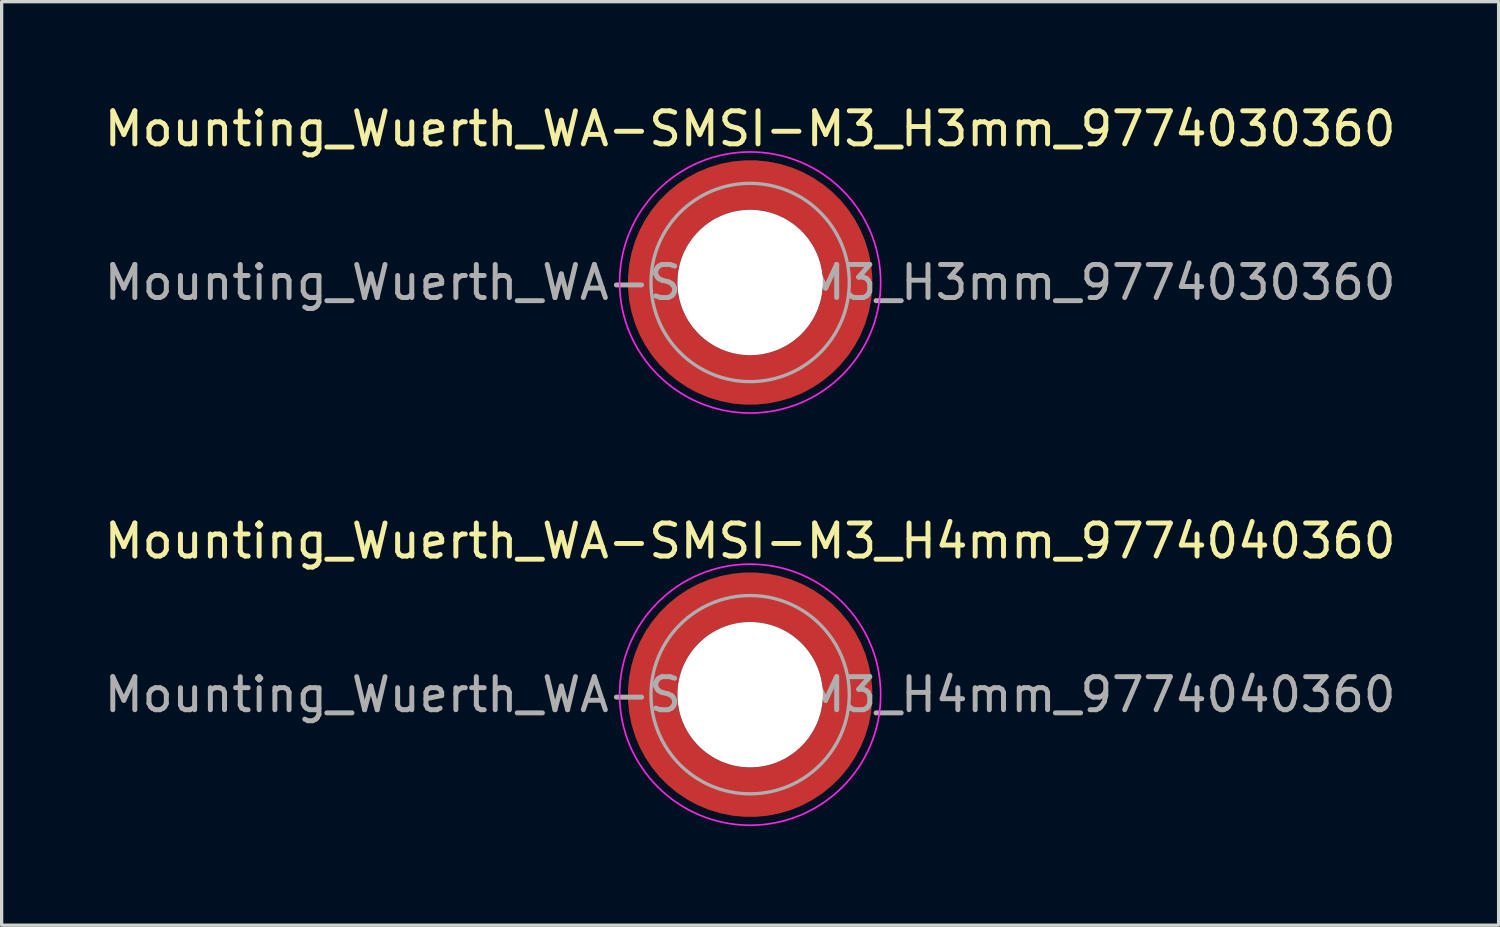
<source format=kicad_pcb>
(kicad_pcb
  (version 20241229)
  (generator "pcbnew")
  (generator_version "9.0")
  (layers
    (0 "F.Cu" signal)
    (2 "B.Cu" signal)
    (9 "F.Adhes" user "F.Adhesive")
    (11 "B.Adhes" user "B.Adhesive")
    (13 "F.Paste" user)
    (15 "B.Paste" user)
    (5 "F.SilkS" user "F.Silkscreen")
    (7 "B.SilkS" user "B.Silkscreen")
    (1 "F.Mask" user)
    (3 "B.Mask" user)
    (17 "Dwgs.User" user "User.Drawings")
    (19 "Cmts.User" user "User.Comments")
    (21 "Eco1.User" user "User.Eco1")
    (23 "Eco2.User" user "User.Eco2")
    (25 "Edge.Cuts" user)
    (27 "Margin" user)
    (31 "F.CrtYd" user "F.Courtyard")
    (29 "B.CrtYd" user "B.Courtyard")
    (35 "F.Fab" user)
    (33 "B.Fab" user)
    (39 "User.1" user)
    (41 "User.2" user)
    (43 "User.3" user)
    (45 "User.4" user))
  (footprint "Mounting_Wuerth_WA-SMSI-M3_H3mm_9774030360"
    (layer "F.Cu")
    (at 19.649 5.498)
    (property "Reference" "Mounting_Wuerth_WA-SMSI-M3_H3mm_9774030360" (at 0 -4.65 0) (layer "F.SilkS") (effects (font (size 1 1) (thickness 0.15))))
    (attr smd)
    (fp_circle (center 0 0) (end 3.95 0) (stroke (width 0.05) (type solid)) (fill no) (layer "F.CrtYd"))
    (fp_circle (center 0 0) (end 3 0) (stroke (width 0.1) (type solid)) (fill no) (layer "F.Fab"))
    (fp_text user "${REFERENCE}" (at 0 0 0) (layer "F.Fab") (effects (font (size 1 1) (thickness 0.15))))
    (pad "" smd custom (at -2.058 -2.058) (size 0.7 0.7) (layers "F.Paste") (options (anchor circle)) (primitives (gr_arc (start -0.377294 1.707681) (mid 0.318198 0.318198) (end 1.707681 -0.377294) (width 0.2)) (gr_arc (start -0.478281 1.707681) (mid 0.247487 0.247487) (end 1.707681 -0.478281) (width 0.2)) (gr_arc (start -0.579192 1.707681) (mid 0.176777 0.176777) (end 1.707681 -0.579192) (width 0.2)) (gr_arc (start -0.680037 1.707681) (mid 0.106066 0.106066) (end 1.707681 -0.680037) (width 0.2)) (gr_arc (start -0.780822 1.707681) (mid 0.035356 0.035356) (end 1.707681 -0.780822) (width 0.2)) (gr_arc (start -0.881554 1.707681) (mid -0.035355 -0.035355) (end 1.707681 -0.881554) (width 0.2)) (gr_arc (start -0.982237 1.707681) (mid -0.106066 -0.106066) (end 1.707681 -0.982237) (width 0.2)) (gr_arc (start -1.082877 1.707681) (mid -0.176777 -0.176777) (end 1.707681 -1.082877) (width 0.2)) (gr_arc (start -1.183476 1.707681) (mid -0.247487 -0.247487) (end 1.707681 -1.183476) (width 0.2)) (gr_arc (start -1.28404 1.707681) (mid -0.318198 -0.318198) (end 1.707681 -1.28404) (width 0.2)) (gr_line (start 1.708 -0.377) (end 1.708 -1.284) (width 0.2)) (gr_line (start -0.377 1.708) (end -1.284 1.708) (width 0.2))))
    (pad "" smd custom (at -2.058 2.058) (size 0.7 0.7) (layers "F.Paste") (options (anchor circle)) (primitives (gr_arc (start 1.707681 0.377294) (mid 0.318198 -0.318198) (end -0.377294 -1.707681) (width 0.2)) (gr_arc (start 1.707681 0.478281) (mid 0.247487 -0.247487) (end -0.478281 -1.707681) (width 0.2)) (gr_arc (start 1.707681 0.579192) (mid 0.176777 -0.176777) (end -0.579192 -1.707681) (width 0.2)) (gr_arc (start 1.707681 0.680037) (mid 0.106066 -0.106066) (end -0.680037 -1.707681) (width 0.2)) (gr_arc (start 1.707681 0.780822) (mid 0.035356 -0.035356) (end -0.780822 -1.707681) (width 0.2)) (gr_arc (start 1.707681 0.881554) (mid -0.035355 0.035355) (end -0.881554 -1.707681) (width 0.2)) (gr_arc (start 1.707681 0.982237) (mid -0.106066 0.106066) (end -0.982237 -1.707681) (width 0.2)) (gr_arc (start 1.707681 1.082877) (mid -0.176777 0.176777) (end -1.082877 -1.707681) (width 0.2)) (gr_arc (start 1.707681 1.183476) (mid -0.247487 0.247487) (end -1.183476 -1.707681) (width 0.2)) (gr_arc (start 1.707681 1.28404) (mid -0.318198 0.318198) (end -1.28404 -1.707681) (width 0.2)) (gr_line (start -0.377 -1.708) (end -1.284 -1.708) (width 0.2)) (gr_line (start 1.708 0.377) (end 1.708 1.284) (width 0.2))))
    (pad "" np_thru_hole circle (at 0 0) (size 4.4 4.4) (drill 4.4) (layers "*.Cu" "*.Mask"))
    (pad "" smd custom (at 2.058 -2.058) (size 0.7 0.7) (layers "F.Paste") (options (anchor circle)) (primitives (gr_arc (start -1.707681 -0.377294) (mid -0.318198 0.318198) (end 0.377294 1.707681) (width 0.2)) (gr_arc (start -1.707681 -0.478281) (mid -0.247487 0.247487) (end 0.478281 1.707681) (width 0.2)) (gr_arc (start -1.707681 -0.579192) (mid -0.176777 0.176777) (end 0.579192 1.707681) (width 0.2)) (gr_arc (start -1.707681 -0.680037) (mid -0.106066 0.106066) (end 0.680037 1.707681) (width 0.2)) (gr_arc (start -1.707681 -0.780822) (mid -0.035356 0.035356) (end 0.780822 1.707681) (width 0.2)) (gr_arc (start -1.707681 -0.881554) (mid 0.035355 -0.035355) (end 0.881554 1.707681) (width 0.2)) (gr_arc (start -1.707681 -0.982237) (mid 0.106066 -0.106066) (end 0.982237 1.707681) (width 0.2)) (gr_arc (start -1.707681 -1.082877) (mid 0.176777 -0.176777) (end 1.082877 1.707681) (width 0.2)) (gr_arc (start -1.707681 -1.183476) (mid 0.247487 -0.247487) (end 1.183476 1.707681) (width 0.2)) (gr_arc (start -1.707681 -1.28404) (mid 0.318198 -0.318198) (end 1.28404 1.707681) (width 0.2)) (gr_line (start 0.377 1.708) (end 1.284 1.708) (width 0.2)) (gr_line (start -1.708 -0.377) (end -1.708 -1.284) (width 0.2))))
    (pad "" smd custom (at 2.058 2.058) (size 0.7 0.7) (layers "F.Paste") (options (anchor circle)) (primitives (gr_arc (start 0.377294 -1.707681) (mid -0.318198 -0.318198) (end -1.707681 0.377294) (width 0.2)) (gr_arc (start 0.478281 -1.707681) (mid -0.247487 -0.247487) (end -1.707681 0.478281) (width 0.2)) (gr_arc (start 0.579192 -1.707681) (mid -0.176777 -0.176777) (end -1.707681 0.579192) (width 0.2)) (gr_arc (start 0.680037 -1.707681) (mid -0.106066 -0.106066) (end -1.707681 0.680037) (width 0.2)) (gr_arc (start 0.780822 -1.707681) (mid -0.035356 -0.035356) (end -1.707681 0.780822) (width 0.2)) (gr_arc (start 0.881554 -1.707681) (mid 0.035355 0.035355) (end -1.707681 0.881554) (width 0.2)) (gr_arc (start 0.982237 -1.707681) (mid 0.106066 0.106066) (end -1.707681 0.982237) (width 0.2)) (gr_arc (start 1.082877 -1.707681) (mid 0.176777 0.176777) (end -1.707681 1.082877) (width 0.2)) (gr_arc (start 1.183476 -1.707681) (mid 0.247487 0.247487) (end -1.707681 1.183476) (width 0.2)) (gr_arc (start 1.28404 -1.707681) (mid 0.318198 0.318198) (end -1.707681 1.28404) (width 0.2)) (gr_line (start -1.708 0.377) (end -1.708 1.284) (width 0.2)) (gr_line (start 0.377 -1.708) (end 1.284 -1.708) (width 0.2))))
    (pad "1" smd circle (at -2.95 0) (size 1.1 1.1) (layers "F.Cu"))
    (pad "1" smd circle (at 0 -2.95) (size 1.1 1.1) (layers "F.Cu"))
    (pad "1" smd circle (at 0 2.95) (size 1.1 1.1) (layers "F.Cu"))
    (pad "1" smd custom (at 2.95 0) (size 1.1 1.1) (layers "F.Cu" "F.Mask") (options (anchor circle)) (primitives (gr_circle (center -2.95 0) (end 0 0) (width 1.5) (fill no)))))
  (footprint "Mounting_Wuerth_WA-SMSI-M3_H4mm_9774040360"
    (layer "F.Cu")
    (at 19.649 17.971)
    (property "Reference" "Mounting_Wuerth_WA-SMSI-M3_H4mm_9774040360" (at 0 -4.65 0) (layer "F.SilkS") (effects (font (size 1 1) (thickness 0.15))))
    (attr smd)
    (fp_circle (center 0 0) (end 3.95 0) (stroke (width 0.05) (type solid)) (fill no) (layer "F.CrtYd"))
    (fp_circle (center 0 0) (end 3 0) (stroke (width 0.1) (type solid)) (fill no) (layer "F.Fab"))
    (fp_text user "${REFERENCE}" (at 0 0 0) (layer "F.Fab") (effects (font (size 1 1) (thickness 0.15))))
    (pad "" smd custom (at -2.058 -2.058) (size 0.7 0.7) (layers "F.Paste") (options (anchor circle)) (primitives (gr_arc (start -0.377294 1.707681) (mid 0.318198 0.318198) (end 1.707681 -0.377294) (width 0.2)) (gr_arc (start -0.478281 1.707681) (mid 0.247487 0.247487) (end 1.707681 -0.478281) (width 0.2)) (gr_arc (start -0.579192 1.707681) (mid 0.176777 0.176777) (end 1.707681 -0.579192) (width 0.2)) (gr_arc (start -0.680037 1.707681) (mid 0.106066 0.106066) (end 1.707681 -0.680037) (width 0.2)) (gr_arc (start -0.780822 1.707681) (mid 0.035356 0.035356) (end 1.707681 -0.780822) (width 0.2)) (gr_arc (start -0.881554 1.707681) (mid -0.035355 -0.035355) (end 1.707681 -0.881554) (width 0.2)) (gr_arc (start -0.982237 1.707681) (mid -0.106066 -0.106066) (end 1.707681 -0.982237) (width 0.2)) (gr_arc (start -1.082877 1.707681) (mid -0.176777 -0.176777) (end 1.707681 -1.082877) (width 0.2)) (gr_arc (start -1.183476 1.707681) (mid -0.247487 -0.247487) (end 1.707681 -1.183476) (width 0.2)) (gr_arc (start -1.28404 1.707681) (mid -0.318198 -0.318198) (end 1.707681 -1.28404) (width 0.2)) (gr_line (start 1.708 -0.377) (end 1.708 -1.284) (width 0.2)) (gr_line (start -0.377 1.708) (end -1.284 1.708) (width 0.2))))
    (pad "" smd custom (at -2.058 2.058) (size 0.7 0.7) (layers "F.Paste") (options (anchor circle)) (primitives (gr_arc (start 1.707681 0.377294) (mid 0.318198 -0.318198) (end -0.377294 -1.707681) (width 0.2)) (gr_arc (start 1.707681 0.478281) (mid 0.247487 -0.247487) (end -0.478281 -1.707681) (width 0.2)) (gr_arc (start 1.707681 0.579192) (mid 0.176777 -0.176777) (end -0.579192 -1.707681) (width 0.2)) (gr_arc (start 1.707681 0.680037) (mid 0.106066 -0.106066) (end -0.680037 -1.707681) (width 0.2)) (gr_arc (start 1.707681 0.780822) (mid 0.035356 -0.035356) (end -0.780822 -1.707681) (width 0.2)) (gr_arc (start 1.707681 0.881554) (mid -0.035355 0.035355) (end -0.881554 -1.707681) (width 0.2)) (gr_arc (start 1.707681 0.982237) (mid -0.106066 0.106066) (end -0.982237 -1.707681) (width 0.2)) (gr_arc (start 1.707681 1.082877) (mid -0.176777 0.176777) (end -1.082877 -1.707681) (width 0.2)) (gr_arc (start 1.707681 1.183476) (mid -0.247487 0.247487) (end -1.183476 -1.707681) (width 0.2)) (gr_arc (start 1.707681 1.28404) (mid -0.318198 0.318198) (end -1.28404 -1.707681) (width 0.2)) (gr_line (start -0.377 -1.708) (end -1.284 -1.708) (width 0.2)) (gr_line (start 1.708 0.377) (end 1.708 1.284) (width 0.2))))
    (pad "" np_thru_hole circle (at 0 0) (size 4.4 4.4) (drill 4.4) (layers "*.Cu" "*.Mask"))
    (pad "" smd custom (at 2.058 -2.058) (size 0.7 0.7) (layers "F.Paste") (options (anchor circle)) (primitives (gr_arc (start -1.707681 -0.377294) (mid -0.318198 0.318198) (end 0.377294 1.707681) (width 0.2)) (gr_arc (start -1.707681 -0.478281) (mid -0.247487 0.247487) (end 0.478281 1.707681) (width 0.2)) (gr_arc (start -1.707681 -0.579192) (mid -0.176777 0.176777) (end 0.579192 1.707681) (width 0.2)) (gr_arc (start -1.707681 -0.680037) (mid -0.106066 0.106066) (end 0.680037 1.707681) (width 0.2)) (gr_arc (start -1.707681 -0.780822) (mid -0.035356 0.035356) (end 0.780822 1.707681) (width 0.2)) (gr_arc (start -1.707681 -0.881554) (mid 0.035355 -0.035355) (end 0.881554 1.707681) (width 0.2)) (gr_arc (start -1.707681 -0.982237) (mid 0.106066 -0.106066) (end 0.982237 1.707681) (width 0.2)) (gr_arc (start -1.707681 -1.082877) (mid 0.176777 -0.176777) (end 1.082877 1.707681) (width 0.2)) (gr_arc (start -1.707681 -1.183476) (mid 0.247487 -0.247487) (end 1.183476 1.707681) (width 0.2)) (gr_arc (start -1.707681 -1.28404) (mid 0.318198 -0.318198) (end 1.28404 1.707681) (width 0.2)) (gr_line (start 0.377 1.708) (end 1.284 1.708) (width 0.2)) (gr_line (start -1.708 -0.377) (end -1.708 -1.284) (width 0.2))))
    (pad "" smd custom (at 2.058 2.058) (size 0.7 0.7) (layers "F.Paste") (options (anchor circle)) (primitives (gr_arc (start 0.377294 -1.707681) (mid -0.318198 -0.318198) (end -1.707681 0.377294) (width 0.2)) (gr_arc (start 0.478281 -1.707681) (mid -0.247487 -0.247487) (end -1.707681 0.478281) (width 0.2)) (gr_arc (start 0.579192 -1.707681) (mid -0.176777 -0.176777) (end -1.707681 0.579192) (width 0.2)) (gr_arc (start 0.680037 -1.707681) (mid -0.106066 -0.106066) (end -1.707681 0.680037) (width 0.2)) (gr_arc (start 0.780822 -1.707681) (mid -0.035356 -0.035356) (end -1.707681 0.780822) (width 0.2)) (gr_arc (start 0.881554 -1.707681) (mid 0.035355 0.035355) (end -1.707681 0.881554) (width 0.2)) (gr_arc (start 0.982237 -1.707681) (mid 0.106066 0.106066) (end -1.707681 0.982237) (width 0.2)) (gr_arc (start 1.082877 -1.707681) (mid 0.176777 0.176777) (end -1.707681 1.082877) (width 0.2)) (gr_arc (start 1.183476 -1.707681) (mid 0.247487 0.247487) (end -1.707681 1.183476) (width 0.2)) (gr_arc (start 1.28404 -1.707681) (mid 0.318198 0.318198) (end -1.707681 1.28404) (width 0.2)) (gr_line (start -1.708 0.377) (end -1.708 1.284) (width 0.2)) (gr_line (start 0.377 -1.708) (end 1.284 -1.708) (width 0.2))))
    (pad "1" smd circle (at -2.95 0) (size 1.1 1.1) (layers "F.Cu"))
    (pad "1" smd circle (at 0 -2.95) (size 1.1 1.1) (layers "F.Cu"))
    (pad "1" smd circle (at 0 2.95) (size 1.1 1.1) (layers "F.Cu"))
    (pad "1" smd custom (at 2.95 0) (size 1.1 1.1) (layers "F.Cu" "F.Mask") (options (anchor circle)) (primitives (gr_circle (center -2.95 0) (end 0 0) (width 1.5) (fill no)))))
  (gr_rect
    (start -3 -3)
    (end 42.298 24.947)
    (stroke (width 0.1) (type default))
    (fill no)
    (layer "Edge.Cuts")))
</source>
